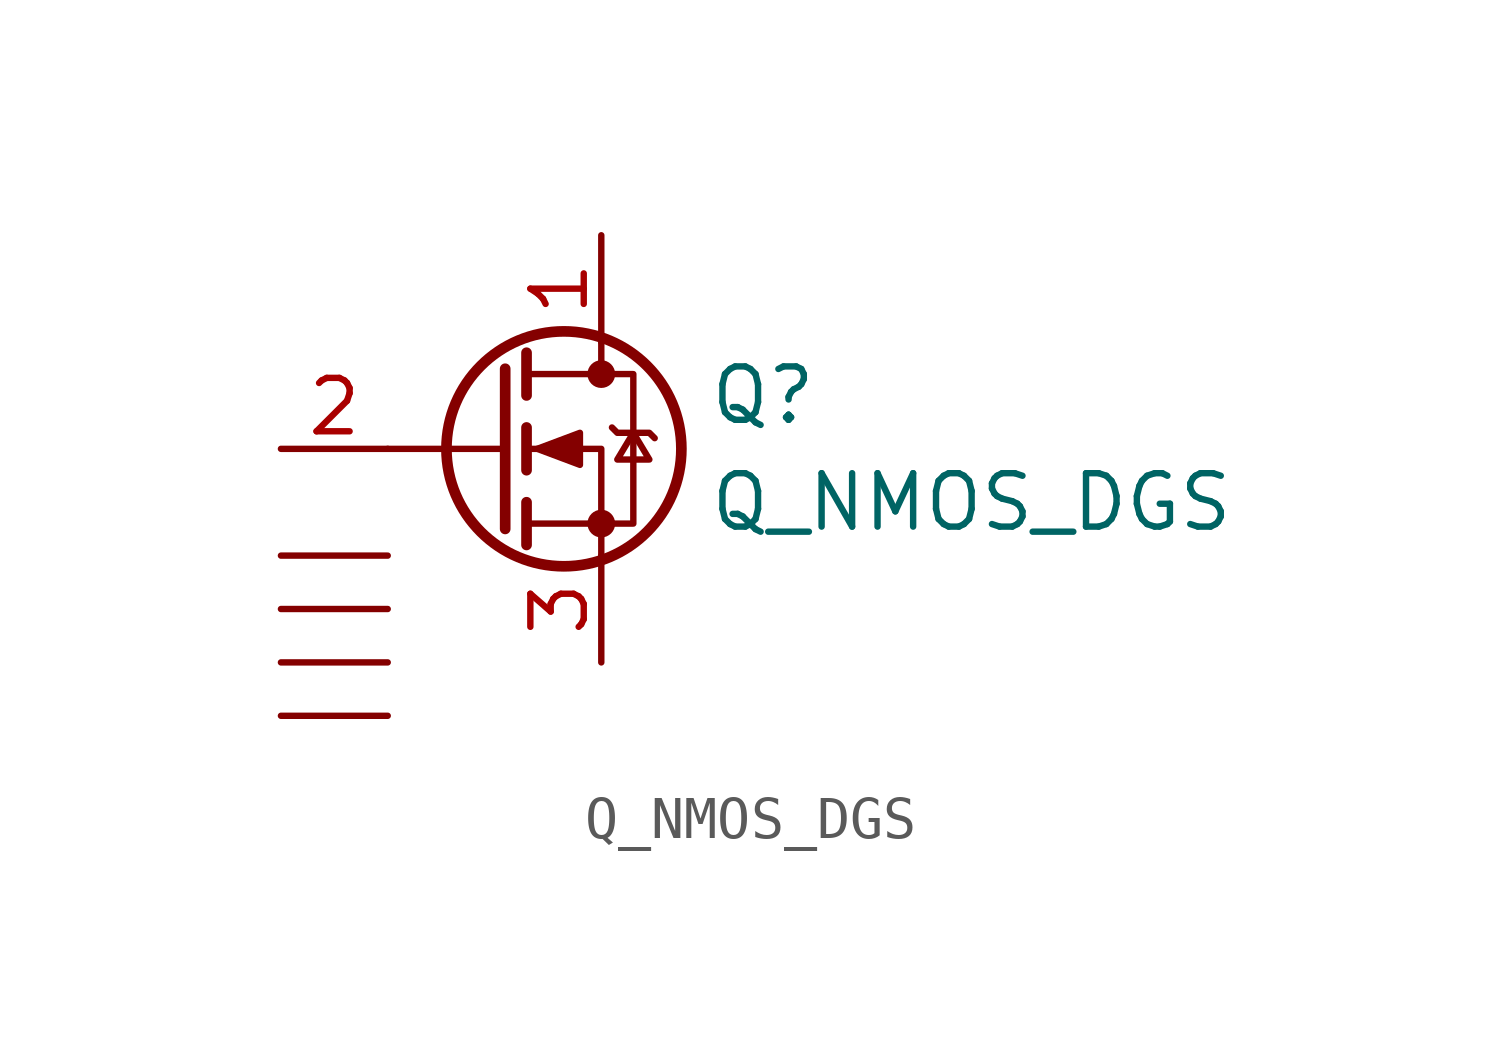
<source format=kicad_sym>
(kicad_symbol_lib
  (version 20220914)
  (generator kicad_symbol_editor)
  (symbol "Q_NMOS_DGS"
    (pin_names
      (offset 0) hide)
    (property "Reference" "Q"
      (at 5.08 1.27 0)
      (effects (font (size 1.27 1.27)) (justify left)))
    (property "Value" "Q_NMOS_DGS"
      (at 5.08 -1.27 0)
      (effects (font (size 1.27 1.27)) (justify left)))
    (symbol "Q_NMOS_DGS_0_1"
      (polyline (pts (xy 0.254 0) (xy -2.54 0)) (stroke (width 0) (type default)) (fill (type none)))
      (polyline (pts (xy 0.254 1.905) (xy 0.254 -1.905)) (stroke (width 0.254) (type default)) (fill (type none)))
      (polyline (pts (xy 0.762 -1.27) (xy 0.762 -2.286)) (stroke (width 0.254) (type default)) (fill (type none)))
      (polyline (pts (xy 0.762 0.508) (xy 0.762 -0.508)) (stroke (width 0.254) (type default)) (fill (type none)))
      (polyline (pts (xy 0.762 2.286) (xy 0.762 1.27)) (stroke (width 0.254) (type default)) (fill (type none)))
      (polyline (pts (xy 2.54 2.54) (xy 2.54 1.778)) (stroke (width 0) (type default)) (fill (type none)))
      (polyline (pts (xy 2.54 -2.54) (xy 2.54 0) (xy 0.762 0)) (stroke (width 0) (type default)) (fill (type none)))
      (polyline (pts (xy 0.762 -1.778) (xy 3.302 -1.778) (xy 3.302 1.778) (xy 0.762 1.778)) (stroke (width 0) (type default)) (fill (type none)))
      (polyline (pts (xy 1.016 0) (xy 2.032 0.381) (xy 2.032 -0.381) (xy 1.016 0)) (stroke (width 0) (type default)) (fill (type outline)))
      (polyline (pts (xy 2.794 0.508) (xy 2.921 0.381) (xy 3.683 0.381) (xy 3.81 0.254)) (stroke (width 0) (type default)) (fill (type none)))
      (polyline (pts (xy 3.302 0.381) (xy 2.921 -0.254) (xy 3.683 -0.254) (xy 3.302 0.381)) (stroke (width 0) (type default)) (fill (type none)))
      (circle (center 1.651 0) (radius 2.794) (stroke (width 0.254) (type default)) (fill (type none)))
      (circle (center 2.54 -1.778) (radius 0.254) (stroke (width 0) (type default)) (fill (type outline)))
      (circle (center 2.54 1.778) (radius 0.254) (stroke (width 0) (type default)) (fill (type outline))))
    (symbol "Q_NMOS_DGS_1_1"
      (pin input line (at -5.08 -2.54 0) (length 2.54) (name "1" (effects (font (size 1.27 1.27)))) (number "" (effects (font (size 1.27 1.27)))))
      (pin input line (at -5.08 -3.81 0) (length 2.54) (name "3" (effects (font (size 1.27 1.27)))) (number "" (effects (font (size 1.27 1.27)))))
      (pin input line (at -5.08 -5.08 0) (length 2.54) (name "4" (effects (font (size 1.27 1.27)))) (number "" (effects (font (size 1.27 1.27)))))
      (pin input line (at -5.08 -6.35 0) (length 2.54) (name "5" (effects (font (size 1.27 1.27)))) (number "" (effects (font (size 1.27 1.27)))))
      (pin passive line (at 2.54 5.08 270) (length 2.54) (name "D" (effects (font (size 1.27 1.27)))) (number "1" (effects (font (size 1.27 1.27)))))
      (pin input line (at -5.08 0 0) (length 2.54) (name "G" (effects (font (size 1.27 1.27)))) (number "2" (effects (font (size 1.27 1.27)))))
      (pin passive line (at 2.54 -5.08 90) (length 2.54) (name "S" (effects (font (size 1.27 1.27)))) (number "3" (effects (font (size 1.27 1.27))))))))
</source>
